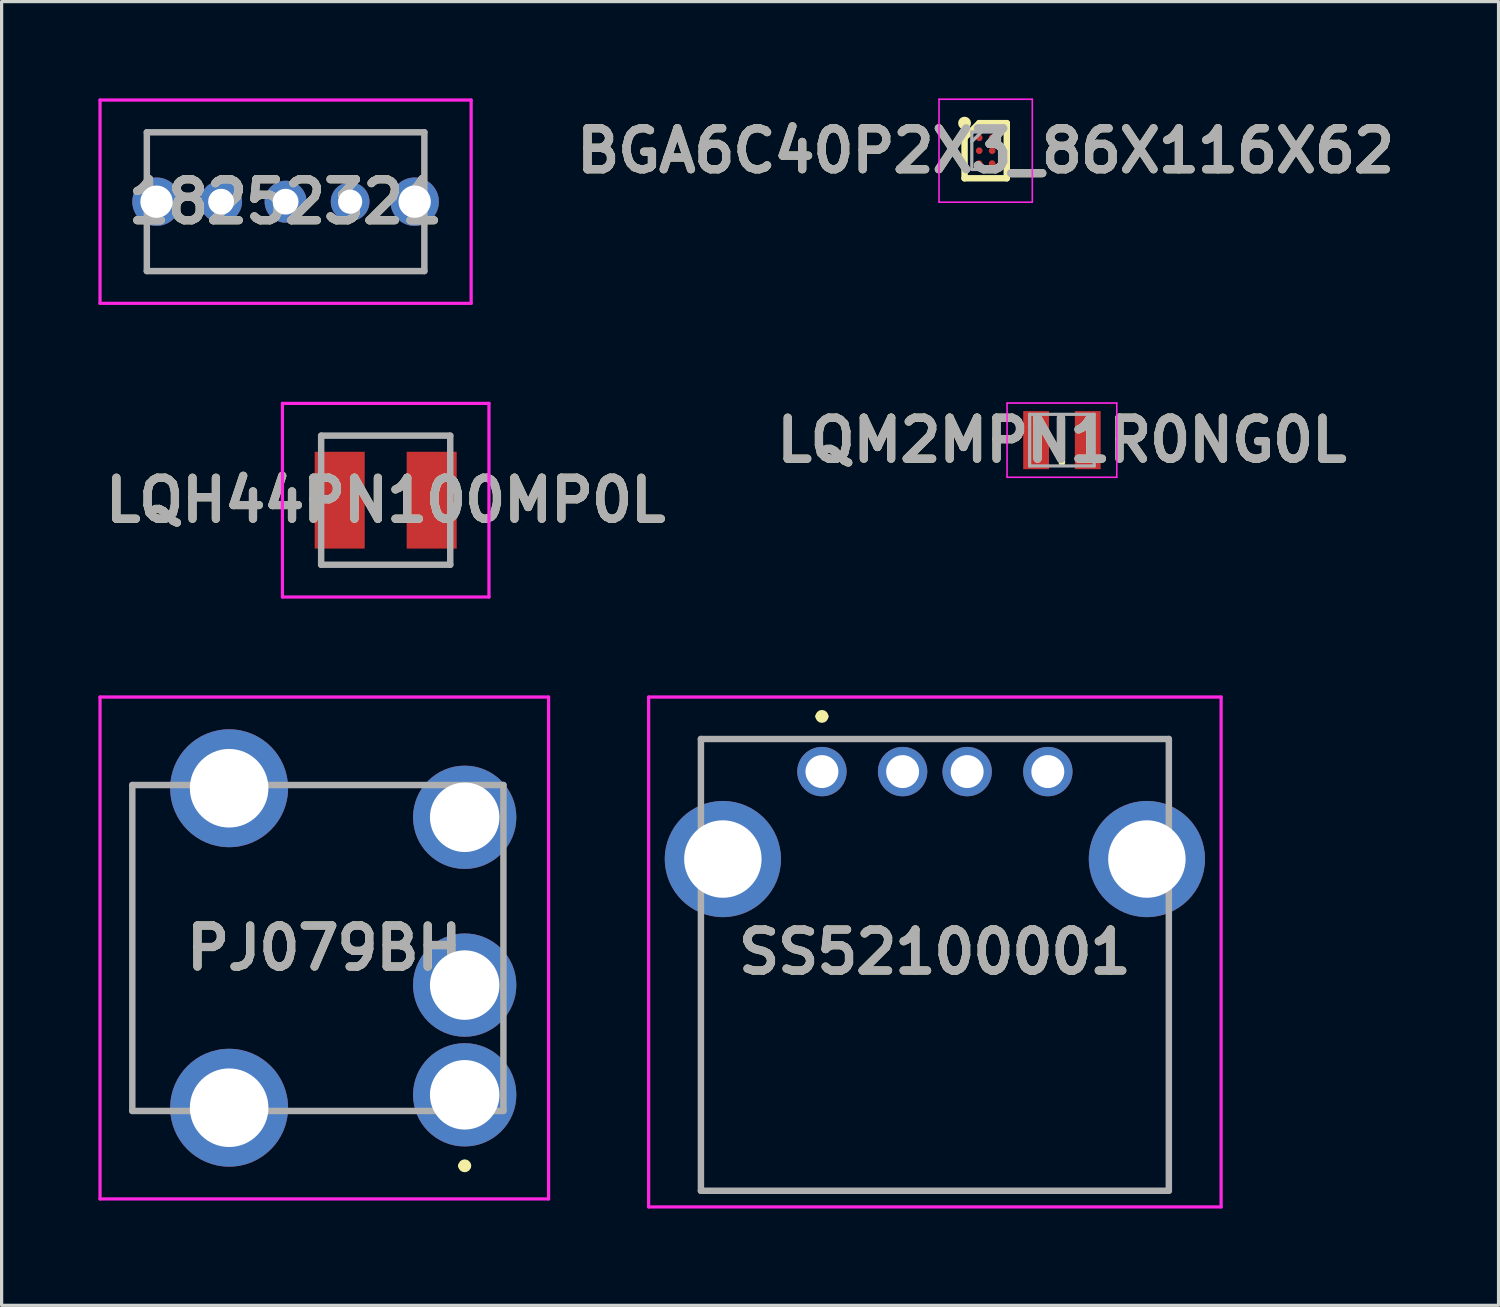
<source format=kicad_pcb>
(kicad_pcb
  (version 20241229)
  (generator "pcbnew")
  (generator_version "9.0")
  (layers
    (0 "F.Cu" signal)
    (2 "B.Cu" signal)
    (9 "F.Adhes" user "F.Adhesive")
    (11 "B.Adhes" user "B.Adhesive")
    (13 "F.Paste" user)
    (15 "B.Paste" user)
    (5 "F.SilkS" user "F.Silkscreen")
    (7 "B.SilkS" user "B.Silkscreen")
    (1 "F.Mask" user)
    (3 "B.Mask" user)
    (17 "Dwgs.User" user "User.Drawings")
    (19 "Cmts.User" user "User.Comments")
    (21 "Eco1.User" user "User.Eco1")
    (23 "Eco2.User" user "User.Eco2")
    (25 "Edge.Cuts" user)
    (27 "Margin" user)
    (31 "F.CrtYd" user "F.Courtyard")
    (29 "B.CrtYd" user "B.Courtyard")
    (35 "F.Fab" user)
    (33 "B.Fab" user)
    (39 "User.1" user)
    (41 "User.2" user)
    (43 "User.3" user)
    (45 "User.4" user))
  (footprint "LQH44PN100MP0L"
    (layer "F.Cu")
    (at 8.902 12.45)
    (property "Reference" "LQH44PN100MP0L" (at 0 0 0) (layer "F.SilkS") (effects (font (size 1.27 1.27) (thickness 0.254))))
    (attr smd)
    (fp_line (start -2 -2) (end 2 -2) (stroke (width 0.1) (type solid)) (layer "F.SilkS"))
    (fp_line (start -2 2) (end 2 2) (stroke (width 0.1) (type solid)) (layer "F.SilkS"))
    (fp_line (start -3.2 -3) (end 3.2 -3) (stroke (width 0.1) (type solid)) (layer "F.CrtYd"))
    (fp_line (start -3.2 3) (end -3.2 -3) (stroke (width 0.1) (type solid)) (layer "F.CrtYd"))
    (fp_line (start 3.2 -3) (end 3.2 3) (stroke (width 0.1) (type solid)) (layer "F.CrtYd"))
    (fp_line (start 3.2 3) (end -3.2 3) (stroke (width 0.1) (type solid)) (layer "F.CrtYd"))
    (fp_line (start -2 -2) (end 2 -2) (stroke (width 0.2) (type solid)) (layer "F.Fab"))
    (fp_line (start -2 2) (end -2 -2) (stroke (width 0.2) (type solid)) (layer "F.Fab"))
    (fp_line (start 2 -2) (end 2 2) (stroke (width 0.2) (type solid)) (layer "F.Fab"))
    (fp_line (start 2 2) (end -2 2) (stroke (width 0.2) (type solid)) (layer "F.Fab"))
    (fp_text user "${REFERENCE}" (at 0 0 0) (layer "F.Fab") (effects (font (size 1.27 1.27) (thickness 0.254))))
    (pad "1" smd rect (at -1.425 0) (size 1.55 3) (layers "F.Cu" "F.Mask" "F.Paste"))
    (pad "2" smd rect (at 1.425 0) (size 1.55 3) (layers "F.Cu" "F.Mask" "F.Paste")))
  (footprint "LQM2MPN1R0NG0L"
    (layer "F.Cu")
    (at 29.857 10.589)
    (property "Reference" "LQM2MPN1R0NG0L" (at 0 0 0) (layer "F.SilkS") (effects (font (size 1.27 1.27) (thickness 0.254))))
    (attr smd)
    (fp_line (start 0 -0.7) (end 0 0.7) (stroke (width 0.2) (type solid)) (layer "F.SilkS"))
    (fp_line (start -1.7 -1.15) (end 1.7 -1.15) (stroke (width 0.05) (type solid)) (layer "F.CrtYd"))
    (fp_line (start -1.7 1.15) (end -1.7 -1.15) (stroke (width 0.05) (type solid)) (layer "F.CrtYd"))
    (fp_line (start 1.7 -1.15) (end 1.7 1.15) (stroke (width 0.05) (type solid)) (layer "F.CrtYd"))
    (fp_line (start 1.7 1.15) (end -1.7 1.15) (stroke (width 0.05) (type solid)) (layer "F.CrtYd"))
    (fp_line (start -1 -0.8) (end 1 -0.8) (stroke (width 0.1) (type solid)) (layer "F.Fab"))
    (fp_line (start -1 0.8) (end -1 -0.8) (stroke (width 0.1) (type solid)) (layer "F.Fab"))
    (fp_line (start 1 -0.8) (end 1 0.8) (stroke (width 0.1) (type solid)) (layer "F.Fab"))
    (fp_line (start 1 0.8) (end -1 0.8) (stroke (width 0.1) (type solid)) (layer "F.Fab"))
    (fp_text user "${REFERENCE}" (at 0 0 0) (layer "F.Fab") (effects (font (size 1.27 1.27) (thickness 0.254))))
    (pad "1" smd rect (at -0.8 0) (size 0.8 1.8) (layers "F.Cu" "F.Mask" "F.Paste"))
    (pad "2" smd rect (at 0.8 0) (size 0.8 1.8) (layers "F.Cu" "F.Mask" "F.Paste")))
  (footprint "PJ079BH"
    (layer "F.Cu")
    (at 11.35 30.876)
    (property "Reference" "PJ079BH" (at -4.35 -4.55 0) (layer "F.SilkS") (effects (font (size 1.27 1.27) (thickness 0.254))))
    (attr through_hole)
    (fp_line (start -10.3 -9.6) (end -10.3 0.5) (stroke (width 0.1) (type solid)) (layer "F.SilkS"))
    (fp_line (start -10.3 0.5) (end -9.3 0.5) (stroke (width 0.1) (type solid)) (layer "F.SilkS"))
    (fp_line (start -9.3 -9.6) (end -10.3 -9.6) (stroke (width 0.1) (type solid)) (layer "F.SilkS"))
    (fp_line (start -0.1 2.2) (end -0.1 2.2) (stroke (width 0.2) (type solid)) (layer "F.SilkS"))
    (fp_line (start 0.1 2.2) (end 0.1 2.2) (stroke (width 0.2) (type solid)) (layer "F.SilkS"))
    (fp_arc (start -0.1 2.2) (mid 0 2.1) (end 0.1 2.2) (stroke (width 0.2) (type solid)) (layer "F.SilkS"))
    (fp_arc (start 0.1 2.2) (mid 0 2.3) (end -0.1 2.2) (stroke (width 0.2) (type solid)) (layer "F.SilkS"))
    (fp_line (start -11.3 -12.326) (end 2.6 -12.326) (stroke (width 0.1) (type solid)) (layer "F.CrtYd"))
    (fp_line (start -11.3 3.226) (end -11.3 -12.326) (stroke (width 0.1) (type solid)) (layer "F.CrtYd"))
    (fp_line (start 2.6 -12.326) (end 2.6 3.226) (stroke (width 0.1) (type solid)) (layer "F.CrtYd"))
    (fp_line (start 2.6 3.226) (end -11.3 3.226) (stroke (width 0.1) (type solid)) (layer "F.CrtYd"))
    (fp_line (start -10.3 -9.6) (end 1.2 -9.6) (stroke (width 0.2) (type solid)) (layer "F.Fab"))
    (fp_line (start -10.3 0.5) (end -10.3 -9.6) (stroke (width 0.2) (type solid)) (layer "F.Fab"))
    (fp_line (start 1.2 -9.6) (end 1.2 0.5) (stroke (width 0.2) (type solid)) (layer "F.Fab"))
    (fp_line (start 1.2 0.5) (end -10.3 0.5) (stroke (width 0.2) (type solid)) (layer "F.Fab"))
    (fp_text user "${REFERENCE}" (at -4.35 -4.55 0) (layer "F.Fab") (effects (font (size 1.27 1.27) (thickness 0.254))))
    (pad "" np_thru_hole circle (at -6.3 -3.3) (size 0.001 0.001) (drill 2.6) (layers "*.Cu" "*.Mask"))
    (pad "1" thru_hole circle (at 0 0) (size 3.2 3.2) (drill 2.154) (layers "*.Cu" "*.Mask"))
    (pad "2" thru_hole circle (at 0 -8.6) (size 3.2 3.2) (drill 2.154) (layers "*.Cu" "*.Mask"))
    (pad "3" thru_hole circle (at 0 -3.4) (size 3.2 3.2) (drill 2.154) (layers "*.Cu" "*.Mask"))
    (pad "MH1" thru_hole circle (at -7.3 -9.5) (size 3.653 3.653) (drill 2.435) (layers "*.Cu" "*.Mask"))
    (pad "MH2" thru_hole circle (at -7.3 0.4) (size 3.653 3.653) (drill 2.435) (layers "*.Cu" "*.Mask")))
  (footprint "BGA6C40P2X3_86X116X62"
    (layer "F.Cu")
    (at 27.494 1.62)
    (property "Reference" "BGA6C40P2X3_86X116X62" (at 0 0 0) (layer "F.SilkS") (effects (font (size 1.27 1.27) (thickness 0.254))))
    (attr smd)
    (fp_line (start -0.654 -0.4) (end -0.2 -0.854) (stroke (width 0.2) (type solid)) (layer "F.SilkS"))
    (fp_line (start -0.654 0.854) (end -0.654 -0.4) (stroke (width 0.2) (type solid)) (layer "F.SilkS"))
    (fp_line (start -0.2 -0.854) (end 0.654 -0.854) (stroke (width 0.2) (type solid)) (layer "F.SilkS"))
    (fp_line (start 0.654 -0.854) (end 0.654 0.854) (stroke (width 0.2) (type solid)) (layer "F.SilkS"))
    (fp_line (start 0.654 0.854) (end -0.654 0.854) (stroke (width 0.2) (type solid)) (layer "F.SilkS"))
    (fp_circle (center -0.654 -0.854) (end -0.654 -0.754) (stroke (width 0.2) (type solid)) (fill no) (layer "F.SilkS"))
    (fp_line (start -1.445 -1.595) (end 1.445 -1.595) (stroke (width 0.05) (type solid)) (layer "F.CrtYd"))
    (fp_line (start -1.445 1.595) (end -1.445 -1.595) (stroke (width 0.05) (type solid)) (layer "F.CrtYd"))
    (fp_line (start 1.445 -1.595) (end 1.445 1.595) (stroke (width 0.05) (type solid)) (layer "F.CrtYd"))
    (fp_line (start 1.445 1.595) (end -1.445 1.595) (stroke (width 0.05) (type solid)) (layer "F.CrtYd"))
    (fp_line (start -0.43 -0.58) (end 0.43 -0.58) (stroke (width 0.1) (type solid)) (layer "F.Fab"))
    (fp_line (start -0.43 -0.282) (end -0.132 -0.58) (stroke (width 0.1) (type solid)) (layer "F.Fab"))
    (fp_line (start -0.43 0.58) (end -0.43 -0.58) (stroke (width 0.1) (type solid)) (layer "F.Fab"))
    (fp_line (start 0.43 -0.58) (end 0.43 0.58) (stroke (width 0.1) (type solid)) (layer "F.Fab"))
    (fp_line (start 0.43 0.58) (end -0.43 0.58) (stroke (width 0.1) (type solid)) (layer "F.Fab"))
    (fp_text user "${REFERENCE}" (at 0 0 0) (layer "F.Fab") (effects (font (size 1.27 1.27) (thickness 0.254))))
    (pad "A1" smd circle (at -0.2 -0.4 90) (size 0.208 0.208) (layers "F.Cu" "F.Mask" "F.Paste"))
    (pad "A2" smd circle (at 0.2 -0.4 90) (size 0.208 0.208) (layers "F.Cu" "F.Mask" "F.Paste"))
    (pad "B1" smd circle (at -0.2 0 90) (size 0.208 0.208) (layers "F.Cu" "F.Mask" "F.Paste"))
    (pad "B2" smd circle (at 0.2 0 90) (size 0.208 0.208) (layers "F.Cu" "F.Mask" "F.Paste"))
    (pad "C1" smd circle (at -0.2 0.4 90) (size 0.208 0.208) (layers "F.Cu" "F.Mask" "F.Paste"))
    (pad "C2" smd circle (at 0.2 0.4 90) (size 0.208 0.208) (layers "F.Cu" "F.Mask" "F.Paste")))
  (footprint "18252321"
    (layer "F.Cu")
    (at 3.8 3.2)
    (property "Reference" "18252321" (at 2 0 0) (layer "F.SilkS") (effects (font (size 1.27 1.27) (thickness 0.254))))
    (attr through_hole)
    (fp_line (start -2.3 -2.15) (end 6.3 -2.15) (stroke (width 0.1) (type solid)) (layer "F.SilkS"))
    (fp_line (start -2.3 -1) (end -2.3 -2.15) (stroke (width 0.1) (type solid)) (layer "F.SilkS"))
    (fp_line (start -2.3 1) (end -2.3 2.15) (stroke (width 0.1) (type solid)) (layer "F.SilkS"))
    (fp_line (start -2.3 2.15) (end 6.3 2.15) (stroke (width 0.1) (type solid)) (layer "F.SilkS"))
    (fp_line (start 6.3 -2.15) (end 6.3 -1) (stroke (width 0.1) (type solid)) (layer "F.SilkS"))
    (fp_line (start 6.3 2.15) (end 6.3 1) (stroke (width 0.1) (type solid)) (layer "F.SilkS"))
    (fp_line (start -3.75 -3.15) (end 7.75 -3.15) (stroke (width 0.1) (type solid)) (layer "F.CrtYd"))
    (fp_line (start -3.75 3.15) (end -3.75 -3.15) (stroke (width 0.1) (type solid)) (layer "F.CrtYd"))
    (fp_line (start 7.75 -3.15) (end 7.75 3.15) (stroke (width 0.1) (type solid)) (layer "F.CrtYd"))
    (fp_line (start 7.75 3.15) (end -3.75 3.15) (stroke (width 0.1) (type solid)) (layer "F.CrtYd"))
    (fp_line (start -2.3 -2.15) (end 6.3 -2.15) (stroke (width 0.2) (type solid)) (layer "F.Fab"))
    (fp_line (start -2.3 2.15) (end -2.3 -2.15) (stroke (width 0.2) (type solid)) (layer "F.Fab"))
    (fp_line (start 6.3 -2.15) (end 6.3 2.15) (stroke (width 0.2) (type solid)) (layer "F.Fab"))
    (fp_line (start 6.3 2.15) (end -2.3 2.15) (stroke (width 0.2) (type solid)) (layer "F.Fab"))
    (fp_text user "${REFERENCE}" (at 2 0 0) (layer "F.Fab") (effects (font (size 1.27 1.27) (thickness 0.254))))
    (pad "1" thru_hole circle (at 0 0) (size 1.3 1.3) (drill 0.8) (layers "*.Cu" "*.Mask"))
    (pad "2" thru_hole circle (at 2 0) (size 1.3 1.3) (drill 0.8) (layers "*.Cu" "*.Mask"))
    (pad "3" thru_hole circle (at 4 0) (size 1.2 1.2) (drill 0.75) (layers "*.Cu" "*.Mask"))
    (pad "MH1" thru_hole circle (at -2 0) (size 1.5 1.5) (drill 1) (layers "*.Cu" "*.Mask"))
    (pad "MH2" thru_hole circle (at 6 0) (size 1.5 1.5) (drill 1) (layers "*.Cu" "*.Mask")))
  (footprint "SS52100001"
    (layer "F.Cu")
    (at 22.42 20.86)
    (property "Reference" "SS52100001" (at 3.5 5.59 0) (layer "F.SilkS") (effects (font (size 1.27 1.27) (thickness 0.254))))
    (attr through_hole)
    (fp_line (start -3.75 -1.01) (end 10.75 -1.01) (stroke (width 0.1) (type solid)) (layer "F.SilkS"))
    (fp_line (start -3.75 0.49) (end -3.75 -1.01) (stroke (width 0.1) (type solid)) (layer "F.SilkS"))
    (fp_line (start -3.75 4.99) (end -3.75 12.99) (stroke (width 0.1) (type solid)) (layer "F.SilkS"))
    (fp_line (start -3.75 12.99) (end 10.75 12.99) (stroke (width 0.1) (type solid)) (layer "F.SilkS"))
    (fp_line (start -0.1 -1.71) (end -0.1 -1.71) (stroke (width 0.2) (type solid)) (layer "F.SilkS"))
    (fp_line (start 0.1 -1.71) (end 0.1 -1.71) (stroke (width 0.2) (type solid)) (layer "F.SilkS"))
    (fp_line (start 10.75 -1.01) (end 10.75 0.49) (stroke (width 0.1) (type solid)) (layer "F.SilkS"))
    (fp_line (start 10.75 12.99) (end 10.75 4.99) (stroke (width 0.1) (type solid)) (layer "F.SilkS"))
    (fp_arc (start -0.1 -1.71) (mid 0 -1.81) (end 0.1 -1.71) (stroke (width 0.2) (type solid)) (layer "F.SilkS"))
    (fp_arc (start 0.1 -1.71) (mid 0 -1.61) (end -0.1 -1.71) (stroke (width 0.2) (type solid)) (layer "F.SilkS"))
    (fp_line (start -5.37 -2.31) (end 12.37 -2.31) (stroke (width 0.1) (type solid)) (layer "F.CrtYd"))
    (fp_line (start -5.37 13.49) (end -5.37 -2.31) (stroke (width 0.1) (type solid)) (layer "F.CrtYd"))
    (fp_line (start 12.37 -2.31) (end 12.37 13.49) (stroke (width 0.1) (type solid)) (layer "F.CrtYd"))
    (fp_line (start 12.37 13.49) (end -5.37 13.49) (stroke (width 0.1) (type solid)) (layer "F.CrtYd"))
    (fp_line (start -3.75 -1.01) (end 10.75 -1.01) (stroke (width 0.2) (type solid)) (layer "F.Fab"))
    (fp_line (start -3.75 12.99) (end -3.75 -1.01) (stroke (width 0.2) (type solid)) (layer "F.Fab"))
    (fp_line (start 10.75 -1.01) (end 10.75 12.99) (stroke (width 0.2) (type solid)) (layer "F.Fab"))
    (fp_line (start 10.75 12.99) (end -3.75 12.99) (stroke (width 0.2) (type solid)) (layer "F.Fab"))
    (fp_text user "${REFERENCE}" (at 3.5 5.59 0) (layer "F.Fab") (effects (font (size 1.27 1.27) (thickness 0.254))))
    (pad "1" thru_hole circle (at 0 0) (size 1.53 1.53) (drill 1.02) (layers "*.Cu" "*.Mask"))
    (pad "2" thru_hole circle (at 2.5 0) (size 1.53 1.53) (drill 1.02) (layers "*.Cu" "*.Mask"))
    (pad "3" thru_hole circle (at 4.5 0) (size 1.53 1.53) (drill 1.02) (layers "*.Cu" "*.Mask"))
    (pad "4" thru_hole circle (at 7 0) (size 1.53 1.53) (drill 1.02) (layers "*.Cu" "*.Mask"))
    (pad "MH1" thru_hole circle (at -3.07 2.71) (size 3.6 3.6) (drill 2.4) (layers "*.Cu" "*.Mask"))
    (pad "MH2" thru_hole circle (at 10.07 2.71) (size 3.6 3.6) (drill 2.4) (layers "*.Cu" "*.Mask")))
  (gr_rect
    (start -3 -3)
    (end 43.387 37.4)
    (stroke (width 0.1) (type default))
    (fill no)
    (layer "Edge.Cuts")))
</source>
